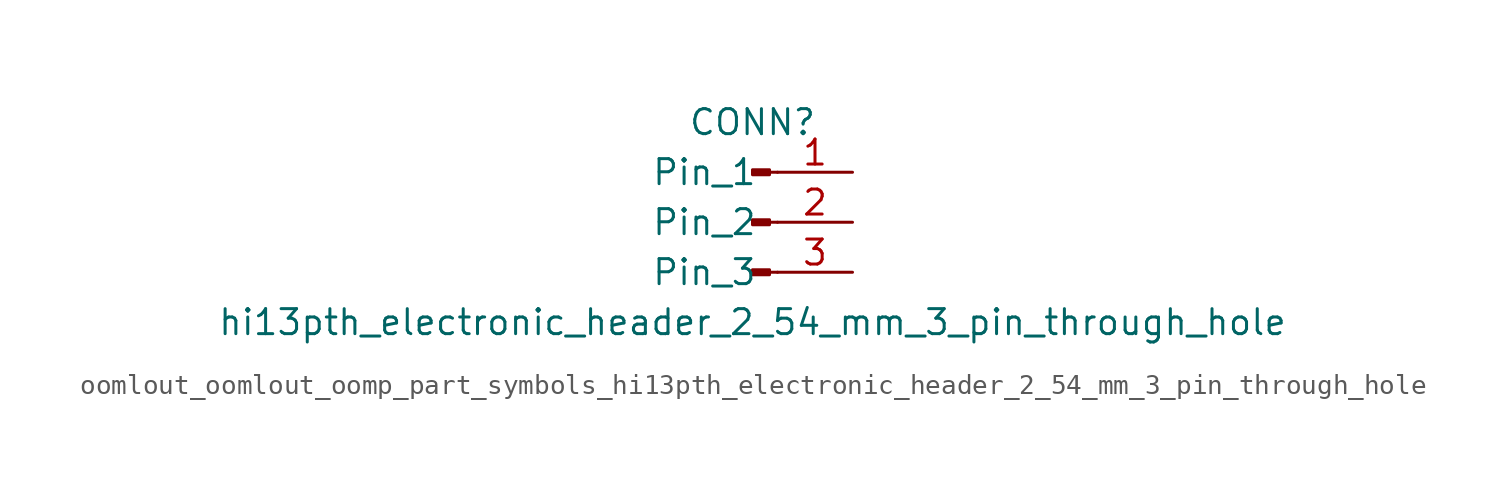
<source format=kicad_sym>
(kicad_symbol_lib
  (version 20220914)
  (generator kicad_symbol_editor)
  (symbol "oomlout_oomlout_oomp_part_symbols_hi13pth_electronic_header_2_54_mm_3_pin_through_hole"
    (pin_names
      (offset 1.016))
    (property "Reference" "CONN"
      (at 0 5.08 0)
      (effects (font (size 1.27 1.27))))
    (property "Value" "hi13pth_electronic_header_2_54_mm_3_pin_through_hole"
      (at 0 -5.08 0)
      (effects (font (size 1.27 1.27))))
    (property "ki_locked" ""
      (at 0 0 0)
      (effects (font (size 1.27 1.27))))
    (symbol "oomlout_oomlout_oomp_part_symbols_hi13pth_electronic_header_2_54_mm_3_pin_through_hole_1_1"
      (polyline (pts (xy 1.27 -2.54) (xy 0.864 -2.54)) (stroke (width 0.152) (type default)) (fill (type none)))
      (polyline (pts (xy 1.27 0) (xy 0.864 0)) (stroke (width 0.152) (type default)) (fill (type none)))
      (polyline (pts (xy 1.27 2.54) (xy 0.864 2.54)) (stroke (width 0.152) (type default)) (fill (type none)))
      (rectangle (start 0.864 -2.413) (end 0 -2.667) (stroke (width 0.152) (type default)) (fill (type outline)))
      (rectangle (start 0.864 0.127) (end 0 -0.127) (stroke (width 0.152) (type default)) (fill (type outline)))
      (rectangle (start 0.864 2.667) (end 0 2.413) (stroke (width 0.152) (type default)) (fill (type outline)))
      (pin passive line (at 5.08 2.54 180) (length 3.81) (name "Pin_1" (effects (font (size 1.27 1.27)))) (number "1" (effects (font (size 1.27 1.27)))))
      (pin passive line (at 5.08 0 180) (length 3.81) (name "Pin_2" (effects (font (size 1.27 1.27)))) (number "2" (effects (font (size 1.27 1.27)))))
      (pin passive line (at 5.08 -2.54 180) (length 3.81) (name "Pin_3" (effects (font (size 1.27 1.27)))) (number "3" (effects (font (size 1.27 1.27))))))))
</source>
